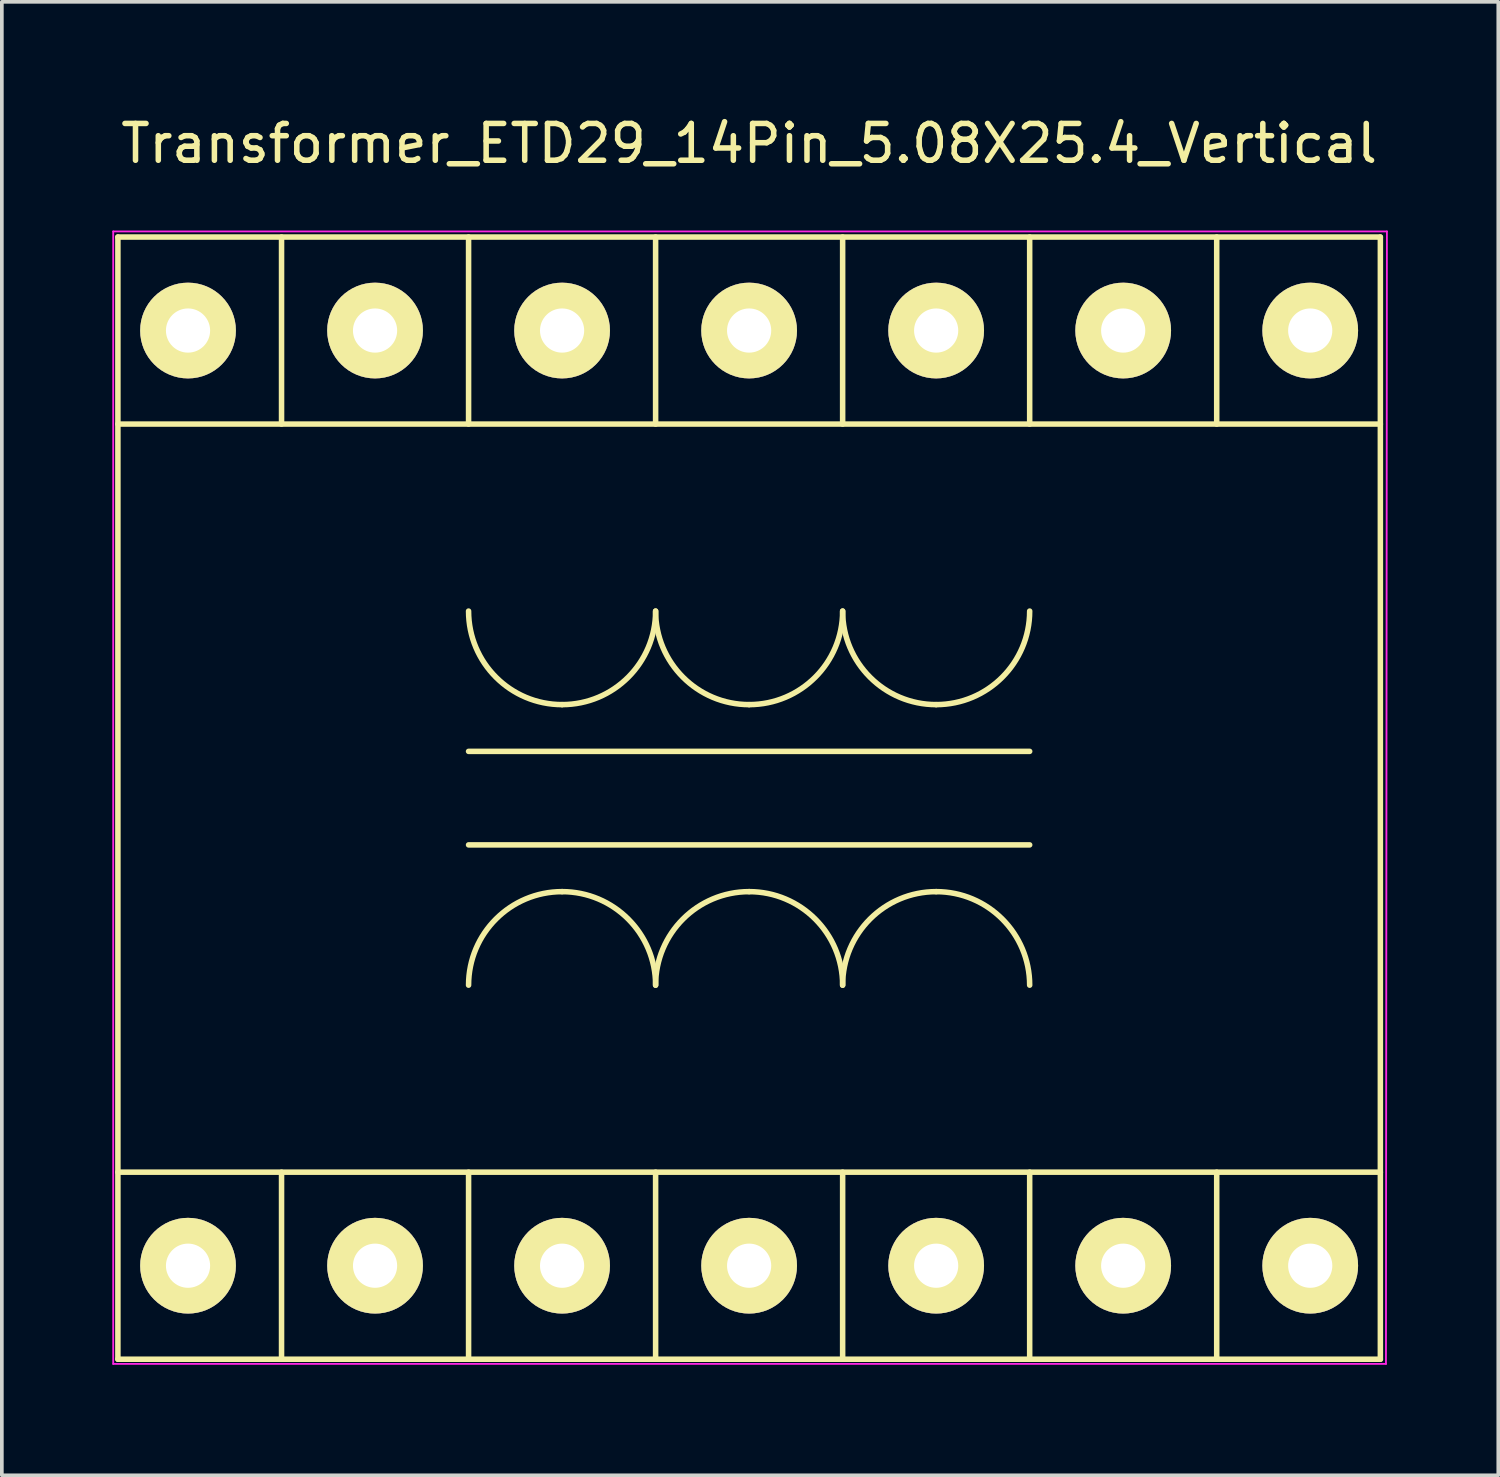
<source format=kicad_pcb>
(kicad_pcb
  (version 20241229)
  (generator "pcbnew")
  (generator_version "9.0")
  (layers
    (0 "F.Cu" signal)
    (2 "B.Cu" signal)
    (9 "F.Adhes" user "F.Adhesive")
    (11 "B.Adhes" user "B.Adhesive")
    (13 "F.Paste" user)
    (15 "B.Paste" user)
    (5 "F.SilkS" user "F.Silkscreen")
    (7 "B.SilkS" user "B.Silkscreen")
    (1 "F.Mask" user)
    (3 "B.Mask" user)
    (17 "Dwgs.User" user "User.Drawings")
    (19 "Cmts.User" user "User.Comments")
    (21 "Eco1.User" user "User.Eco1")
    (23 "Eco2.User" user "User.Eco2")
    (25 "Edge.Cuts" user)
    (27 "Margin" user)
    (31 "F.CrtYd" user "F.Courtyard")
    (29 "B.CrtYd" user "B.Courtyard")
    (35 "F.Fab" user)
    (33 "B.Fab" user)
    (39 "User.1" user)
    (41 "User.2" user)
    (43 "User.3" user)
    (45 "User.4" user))
  (footprint "Transformer_ETD29_14Pin_5.08X25.4_Vertical"
    (layer "F.Cu")
    (at 2.057 31.328)
    (property "Reference" "Transformer_ETD29_14Pin_5.08X25.4_Vertical" (at 15.24 -30.48 0) (layer "F.SilkS") (effects (font (size 1 1) (thickness 0.15))))
    (attr through_hole)
    (fp_line (start -1.905 -27.94) (end 32.385 -27.94) (stroke (width 0.15) (type solid)) (layer "F.SilkS"))
    (fp_line (start -1.905 -22.86) (end 32.385 -22.86) (stroke (width 0.15) (type solid)) (layer "F.SilkS"))
    (fp_line (start -1.905 -2.54) (end 32.385 -2.54) (stroke (width 0.15) (type solid)) (layer "F.SilkS"))
    (fp_line (start -1.905 2.54) (end -1.905 -27.94) (stroke (width 0.15) (type solid)) (layer "F.SilkS"))
    (fp_line (start 2.54 -27.94) (end 2.54 -22.86) (stroke (width 0.15) (type solid)) (layer "F.SilkS"))
    (fp_line (start 2.54 2.54) (end 2.54 -2.54) (stroke (width 0.15) (type solid)) (layer "F.SilkS"))
    (fp_line (start 7.62 -27.94) (end 7.62 -22.86) (stroke (width 0.15) (type solid)) (layer "F.SilkS"))
    (fp_line (start 7.62 -13.97) (end 22.86 -13.97) (stroke (width 0.15) (type solid)) (layer "F.SilkS"))
    (fp_line (start 7.62 2.54) (end 7.62 -2.54) (stroke (width 0.15) (type solid)) (layer "F.SilkS"))
    (fp_line (start 12.7 -27.94) (end 12.7 -22.86) (stroke (width 0.15) (type solid)) (layer "F.SilkS"))
    (fp_line (start 12.7 2.54) (end 12.7 -2.54) (stroke (width 0.15) (type solid)) (layer "F.SilkS"))
    (fp_line (start 17.78 -27.94) (end 17.78 -22.86) (stroke (width 0.15) (type solid)) (layer "F.SilkS"))
    (fp_line (start 17.78 2.54) (end 17.78 -2.54) (stroke (width 0.15) (type solid)) (layer "F.SilkS"))
    (fp_line (start 22.86 -27.94) (end 22.86 -22.86) (stroke (width 0.15) (type solid)) (layer "F.SilkS"))
    (fp_line (start 22.86 -11.43) (end 7.62 -11.43) (stroke (width 0.15) (type solid)) (layer "F.SilkS"))
    (fp_line (start 22.86 2.54) (end 22.86 -2.54) (stroke (width 0.15) (type solid)) (layer "F.SilkS"))
    (fp_line (start 27.94 -27.94) (end 27.94 -22.86) (stroke (width 0.15) (type solid)) (layer "F.SilkS"))
    (fp_line (start 27.94 2.54) (end 27.94 -2.54) (stroke (width 0.15) (type solid)) (layer "F.SilkS"))
    (fp_line (start 32.385 -27.94) (end 32.385 2.54) (stroke (width 0.15) (type solid)) (layer "F.SilkS"))
    (fp_line (start 32.385 2.54) (end -1.905 2.54) (stroke (width 0.15) (type solid)) (layer "F.SilkS"))
    (fp_arc (start 7.62 -7.62) (mid 8.363949 -9.416051) (end 10.16 -10.16) (stroke (width 0.15) (type solid)) (layer "F.SilkS"))
    (fp_arc (start 10.16 -15.24) (mid 8.363949 -15.983949) (end 7.62 -17.78) (stroke (width 0.15) (type solid)) (layer "F.SilkS"))
    (fp_arc (start 10.16 -10.16) (mid 11.956051 -9.416051) (end 12.7 -7.62) (stroke (width 0.15) (type solid)) (layer "F.SilkS"))
    (fp_arc (start 12.7 -17.78) (mid 11.956051 -15.983949) (end 10.16 -15.24) (stroke (width 0.15) (type solid)) (layer "F.SilkS"))
    (fp_arc (start 12.7 -7.62) (mid 13.443949 -9.416051) (end 15.24 -10.16) (stroke (width 0.15) (type solid)) (layer "F.SilkS"))
    (fp_arc (start 15.24 -15.24) (mid 13.443949 -15.983949) (end 12.7 -17.78) (stroke (width 0.15) (type solid)) (layer "F.SilkS"))
    (fp_arc (start 15.24 -10.16) (mid 17.036051 -9.416051) (end 17.78 -7.62) (stroke (width 0.15) (type solid)) (layer "F.SilkS"))
    (fp_arc (start 17.78 -17.78) (mid 17.036051 -15.983949) (end 15.24 -15.24) (stroke (width 0.15) (type solid)) (layer "F.SilkS"))
    (fp_arc (start 17.78 -7.62) (mid 18.523949 -9.416051) (end 20.32 -10.16) (stroke (width 0.15) (type solid)) (layer "F.SilkS"))
    (fp_arc (start 20.32 -15.24) (mid 18.523949 -15.983949) (end 17.78 -17.78) (stroke (width 0.15) (type solid)) (layer "F.SilkS"))
    (fp_arc (start 20.32 -10.16) (mid 22.116051 -9.416051) (end 22.86 -7.62) (stroke (width 0.15) (type solid)) (layer "F.SilkS"))
    (fp_arc (start 22.86 -17.78) (mid 22.116051 -15.983949) (end 20.32 -15.24) (stroke (width 0.15) (type solid)) (layer "F.SilkS"))
    (fp_line (start -2.032 -28.092) (end 32.563 -28.092) (stroke (width 0.05) (type solid)) (layer "F.CrtYd"))
    (fp_line (start -2.032 2.667) (end -2.032 -28.092) (stroke (width 0.05) (type solid)) (layer "F.CrtYd"))
    (fp_line (start 32.537 2.667) (end -2.032 2.667) (stroke (width 0.05) (type solid)) (layer "F.CrtYd"))
    (fp_line (start 32.563 -28.092) (end 32.537 2.667) (stroke (width 0.05) (type solid)) (layer "F.CrtYd"))
    (pad "1" thru_hole circle (at 0 0) (size 2.6 2.6) (drill 1.2) (layers "*.Cu" "*.Mask" "F.SilkS"))
    (pad "2" thru_hole circle (at 5.08 0) (size 2.6 2.6) (drill 1.2) (layers "*.Cu" "*.Mask" "F.SilkS"))
    (pad "3" thru_hole circle (at 10.16 0) (size 2.6 2.6) (drill 1.2) (layers "*.Cu" "*.Mask" "F.SilkS"))
    (pad "4" thru_hole circle (at 15.24 0) (size 2.6 2.6) (drill 1.2) (layers "*.Cu" "*.Mask" "F.SilkS"))
    (pad "5" thru_hole circle (at 20.32 0) (size 2.6 2.6) (drill 1.2) (layers "*.Cu" "*.Mask" "F.SilkS"))
    (pad "6" thru_hole circle (at 25.4 0) (size 2.6 2.6) (drill 1.2) (layers "*.Cu" "*.Mask" "F.SilkS"))
    (pad "7" thru_hole circle (at 30.48 0) (size 2.6 2.6) (drill 1.2) (layers "*.Cu" "*.Mask" "F.SilkS"))
    (pad "8" thru_hole circle (at 30.48 -25.4) (size 2.6 2.6) (drill 1.2) (layers "*.Cu" "*.Mask" "F.SilkS"))
    (pad "9" thru_hole circle (at 25.4 -25.4) (size 2.6 2.6) (drill 1.2) (layers "*.Cu" "*.Mask" "F.SilkS"))
    (pad "10" thru_hole circle (at 20.32 -25.4) (size 2.6 2.6) (drill 1.2) (layers "*.Cu" "*.Mask" "F.SilkS"))
    (pad "11" thru_hole circle (at 15.24 -25.4) (size 2.6 2.6) (drill 1.2) (layers "*.Cu" "*.Mask" "F.SilkS"))
    (pad "12" thru_hole circle (at 10.16 -25.4) (size 2.6 2.6) (drill 1.2) (layers "*.Cu" "*.Mask" "F.SilkS"))
    (pad "13" thru_hole circle (at 5.08 -25.4) (size 2.6 2.6) (drill 1.2) (layers "*.Cu" "*.Mask" "F.SilkS"))
    (pad "14" thru_hole circle (at 0 -25.4) (size 2.6 2.6) (drill 1.2) (layers "*.Cu" "*.Mask" "F.SilkS")))
  (gr_rect
    (start -3 -3)
    (end 37.645 37.02)
    (stroke (width 0.1) (type default))
    (fill no)
    (layer "Edge.Cuts")))
</source>
